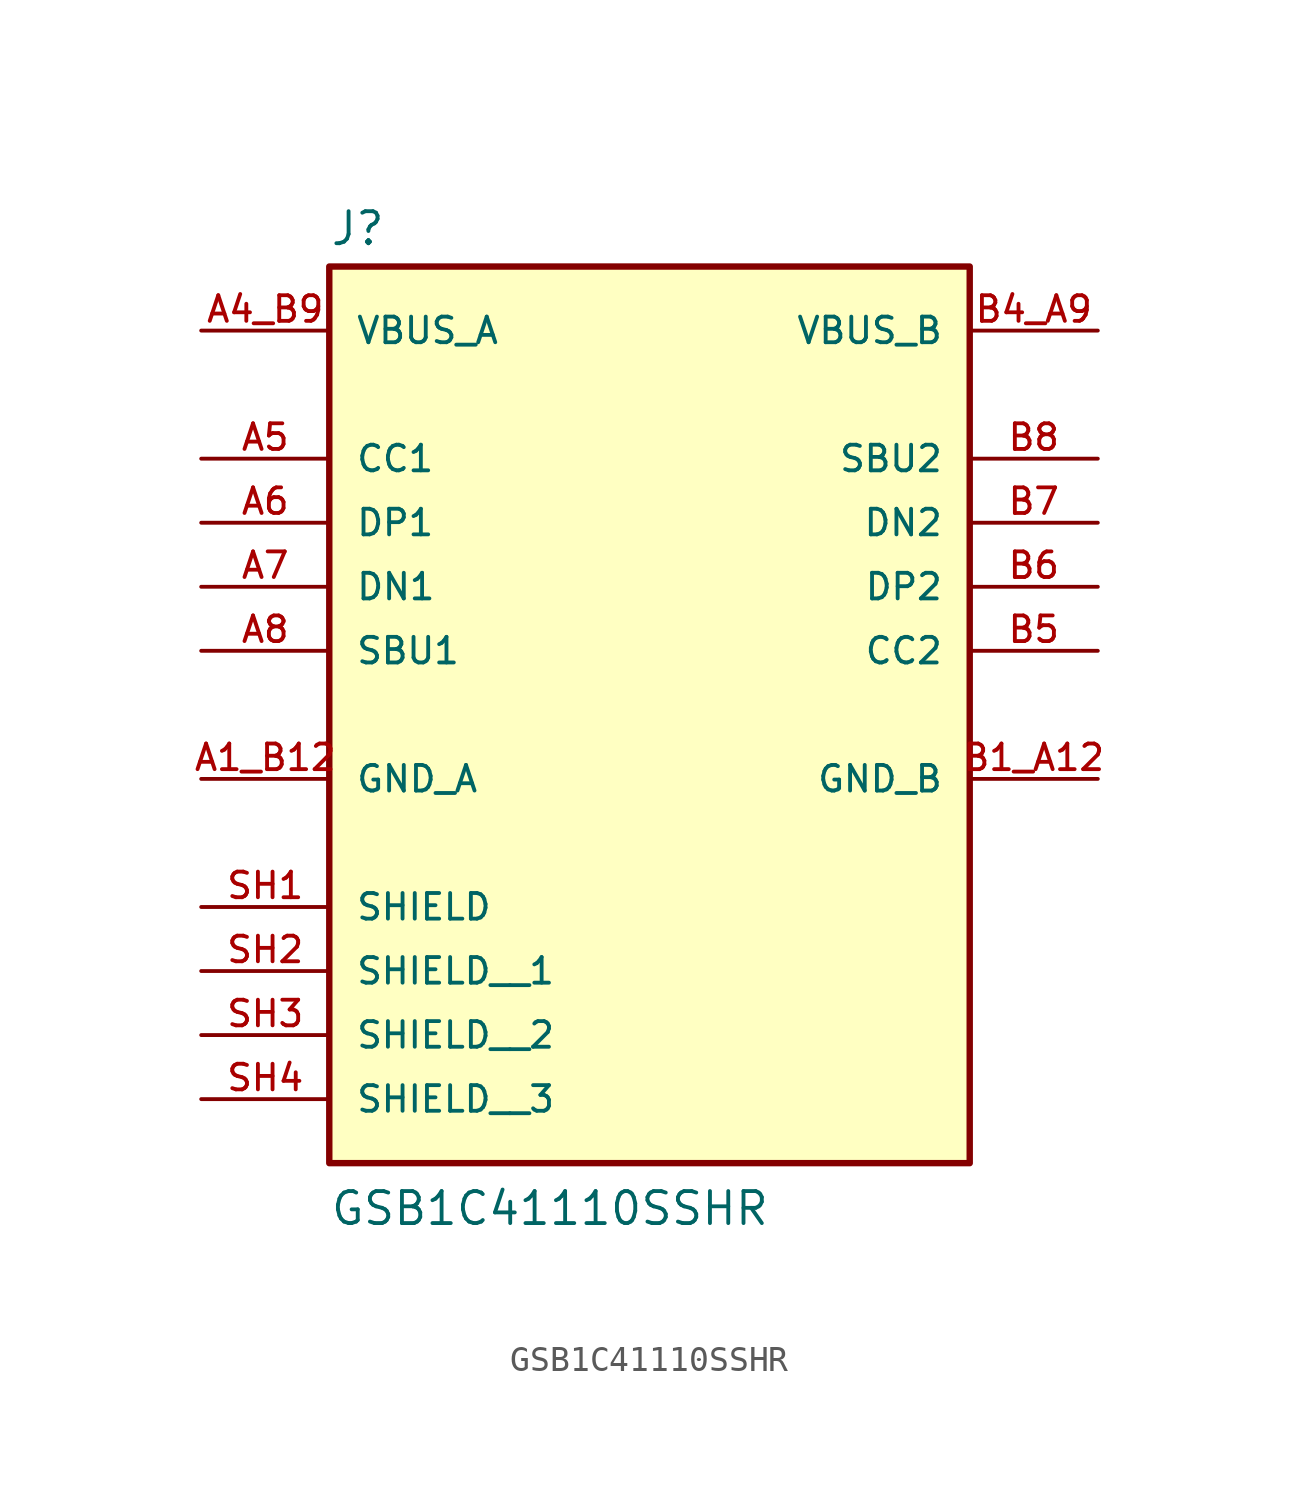
<source format=kicad_sym>
(kicad_symbol_lib
  (version 20241209)
  (generator "kicad_symbol_editor")
  (generator_version "9.0")
  (symbol "GSB1C41110SSHR"
    (pin_names
      (offset 1.016))
    (property "Reference" "J"
      (at -12.7 13.462 0)
      (effects (font (size 1.27 1.27)) (justify left bottom)))
    (property "Value" "GSB1C41110SSHR"
      (at -12.7 -25.4 0)
      (effects (font (size 1.27 1.27)) (justify left bottom)))
    (symbol "GSB1C41110SSHR_0_0"
      (rectangle (start -12.7 -22.86) (end 12.7 12.7) (stroke (width 0.254) (type default)) (fill (type background)))
      (pin power_in line (at -17.78 10.16 0) (length 5.08) (name "VBUS_A" (effects (font (size 1.016 1.016)))) (number "A4_B9" (effects (font (size 1.016 1.016)))))
      (pin bidirectional line (at -17.78 5.08 0) (length 5.08) (name "CC1" (effects (font (size 1.016 1.016)))) (number "A5" (effects (font (size 1.016 1.016)))))
      (pin bidirectional line (at -17.78 2.54 0) (length 5.08) (name "DP1" (effects (font (size 1.016 1.016)))) (number "A6" (effects (font (size 1.016 1.016)))))
      (pin bidirectional line (at -17.78 0 0) (length 5.08) (name "DN1" (effects (font (size 1.016 1.016)))) (number "A7" (effects (font (size 1.016 1.016)))))
      (pin bidirectional line (at -17.78 -2.54 0) (length 5.08) (name "SBU1" (effects (font (size 1.016 1.016)))) (number "A8" (effects (font (size 1.016 1.016)))))
      (pin power_in line (at -17.78 -7.62 0) (length 5.08) (name "GND_A" (effects (font (size 1.016 1.016)))) (number "A1_B12" (effects (font (size 1.016 1.016)))))
      (pin passive line (at -17.78 -12.7 0) (length 5.08) (name "SHIELD" (effects (font (size 1.016 1.016)))) (number "SH1" (effects (font (size 1.016 1.016)))))
      (pin passive line (at -17.78 -15.24 0) (length 5.08) (name "SHIELD__1" (effects (font (size 1.016 1.016)))) (number "SH2" (effects (font (size 1.016 1.016)))))
      (pin passive line (at -17.78 -17.78 0) (length 5.08) (name "SHIELD__2" (effects (font (size 1.016 1.016)))) (number "SH3" (effects (font (size 1.016 1.016)))))
      (pin passive line (at -17.78 -20.32 0) (length 5.08) (name "SHIELD__3" (effects (font (size 1.016 1.016)))) (number "SH4" (effects (font (size 1.016 1.016)))))
      (pin power_in line (at 17.78 10.16 180) (length 5.08) (name "VBUS_B" (effects (font (size 1.016 1.016)))) (number "B4_A9" (effects (font (size 1.016 1.016)))))
      (pin bidirectional line (at 17.78 5.08 180) (length 5.08) (name "SBU2" (effects (font (size 1.016 1.016)))) (number "B8" (effects (font (size 1.016 1.016)))))
      (pin bidirectional line (at 17.78 2.54 180) (length 5.08) (name "DN2" (effects (font (size 1.016 1.016)))) (number "B7" (effects (font (size 1.016 1.016)))))
      (pin bidirectional line (at 17.78 0 180) (length 5.08) (name "DP2" (effects (font (size 1.016 1.016)))) (number "B6" (effects (font (size 1.016 1.016)))))
      (pin bidirectional line (at 17.78 -2.54 180) (length 5.08) (name "CC2" (effects (font (size 1.016 1.016)))) (number "B5" (effects (font (size 1.016 1.016)))))
      (pin power_in line (at 17.78 -7.62 180) (length 5.08) (name "GND_B" (effects (font (size 1.016 1.016)))) (number "B1_A12" (effects (font (size 1.016 1.016))))))))
</source>
